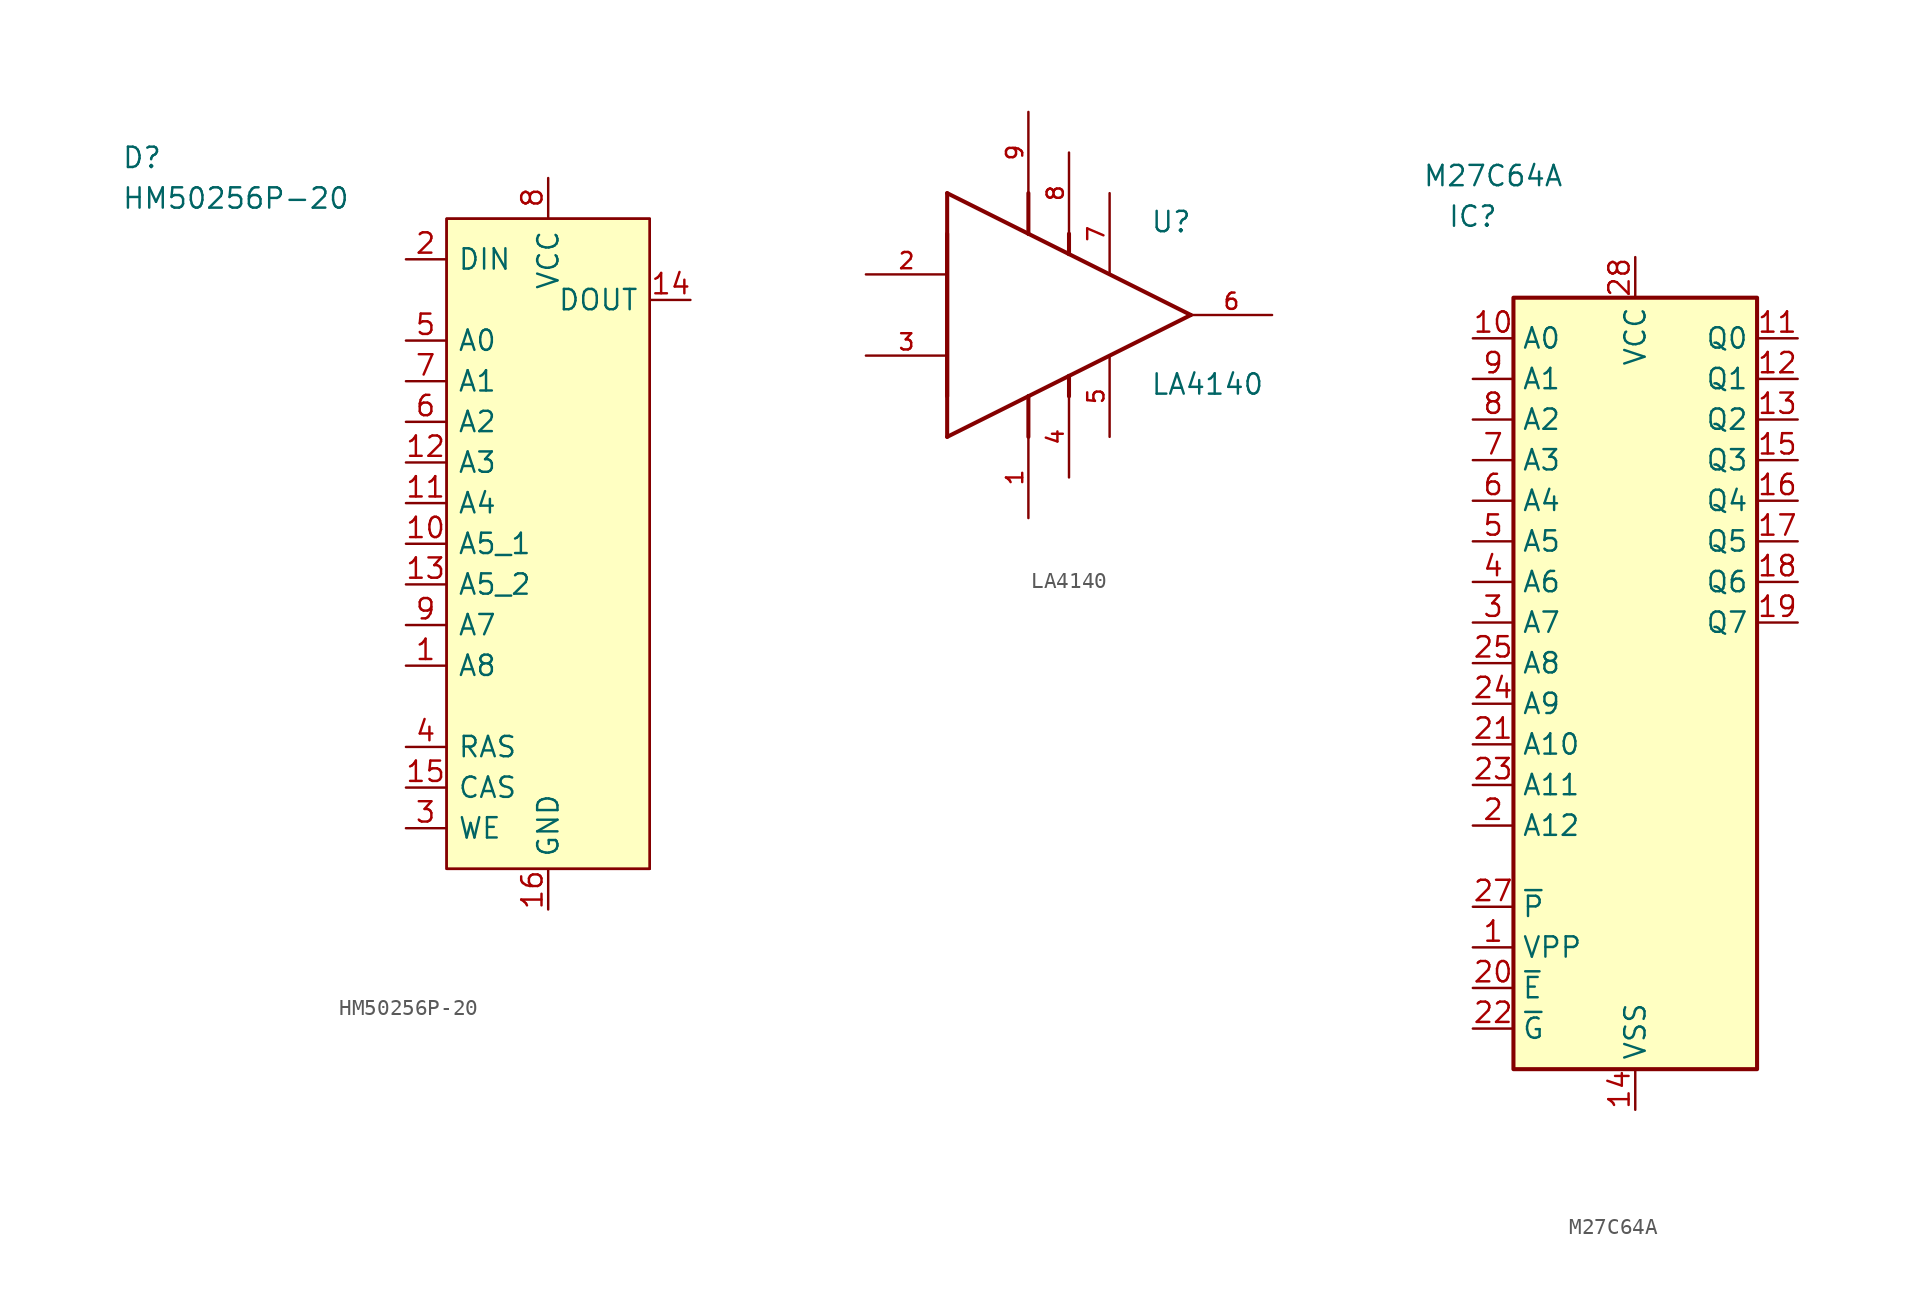
<source format=kicad_sym>
(kicad_symbol_lib
  (version 20211014)
  (generator kicad_symbol_editor)
  (symbol "HM50256P-20"
    (pin_names
      (offset 0.762))
    (property "Reference" "D"
      (at -17.78 6.35 0)
      (effects (font (size 1.27 1.27)) (justify left)))
    (property "Value" "HM50256P-20"
      (at -17.78 3.81 0)
      (effects (font (size 1.27 1.27)) (justify left)))
    (symbol "HM50256P-20_0_0"
      (pin input line (at 0 -25.4 0) (length 2.45) (name "A8" (effects (font (size 1.27 1.27)))) (number "1" (effects (font (size 1.27 1.27)))))
      (pin input line (at 0 -17.78 0) (length 2.45) (name "A5_1" (effects (font (size 1.27 1.27)))) (number "10" (effects (font (size 1.27 1.27)))))
      (pin input line (at 0 -15.24 0) (length 2.45) (name "A4" (effects (font (size 1.27 1.27)))) (number "11" (effects (font (size 1.27 1.27)))))
      (pin input line (at 0 -12.7 0) (length 2.45) (name "A3" (effects (font (size 1.27 1.27)))) (number "12" (effects (font (size 1.27 1.27)))))
      (pin input line (at 0 -20.32 0) (length 2.45) (name "A5_2" (effects (font (size 1.27 1.27)))) (number "13" (effects (font (size 1.27 1.27)))))
      (pin output line (at 17.78 -2.54 180) (length 2.45) (name "DOUT" (effects (font (size 1.27 1.27)))) (number "14" (effects (font (size 1.27 1.27)))))
      (pin input line (at 0 -33.02 0) (length 2.45) (name "CAS" (effects (font (size 1.27 1.27)))) (number "15" (effects (font (size 1.27 1.27)))))
      (pin power_in line (at 8.89 -40.64 90) (length 2.45) (name "GND" (effects (font (size 1.27 1.27)))) (number "16" (effects (font (size 1.27 1.27)))))
      (pin input line (at 0 0 0) (length 2.45) (name "DIN" (effects (font (size 1.27 1.27)))) (number "2" (effects (font (size 1.27 1.27)))))
      (pin input line (at 0 -35.56 0) (length 2.45) (name "WE" (effects (font (size 1.27 1.27)))) (number "3" (effects (font (size 1.27 1.27)))))
      (pin input line (at 0 -30.48 0) (length 2.45) (name "RAS" (effects (font (size 1.27 1.27)))) (number "4" (effects (font (size 1.27 1.27)))))
      (pin input line (at 0 -5.08 0) (length 2.45) (name "A0" (effects (font (size 1.27 1.27)))) (number "5" (effects (font (size 1.27 1.27)))))
      (pin input line (at 0 -10.16 0) (length 2.45) (name "A2" (effects (font (size 1.27 1.27)))) (number "6" (effects (font (size 1.27 1.27)))))
      (pin input line (at 0 -7.62 0) (length 2.45) (name "A1" (effects (font (size 1.27 1.27)))) (number "7" (effects (font (size 1.27 1.27)))))
      (pin power_in line (at 8.89 5.08 270) (length 2.45) (name "VCC" (effects (font (size 1.27 1.27)))) (number "8" (effects (font (size 1.27 1.27)))))
      (pin input line (at 0 -22.86 0) (length 2.45) (name "A7" (effects (font (size 1.27 1.27)))) (number "9" (effects (font (size 1.27 1.27))))))
    (symbol "HM50256P-20_0_1"
      (polyline (pts (xy 2.54 2.54) (xy 15.24 2.54) (xy 15.24 -38.1) (xy 2.54 -38.1) (xy 2.54 2.54)) (stroke (width 0.152) (type default) (color 0 0 0 0)) (fill (type none)))
      (rectangle (start 2.54 2.54) (end 15.24 -38.1) (stroke (width 0) (type default) (color 0 0 0 0)) (fill (type background)))))
  (symbol "LA4140"
    (pin_names
      (offset 1.016) hide)
    (property "Reference" "U"
      (at 7.62 5.08 0)
      (effects (font (size 1.27 1.27)) (justify left bottom)))
    (property "Value" "LA4140"
      (at 7.62 -5.08 0)
      (effects (font (size 1.27 1.27)) (justify left bottom)))
    (property "ki_locked" ""
      (at 0 0 0)
      (effects (font (size 1.27 1.27))))
    (symbol "LA4140_0_0"
      (polyline (pts (xy -5.08 -7.62) (xy 0 -5.08)) (stroke (width 0.254) (type default) (color 0 0 0 0)) (fill (type none)))
      (polyline (pts (xy -5.08 5.08) (xy -5.08 -5.08)) (stroke (width 0.254) (type default) (color 0 0 0 0)) (fill (type none)))
      (polyline (pts (xy -5.08 7.62) (xy -5.08 -7.62)) (stroke (width 0.254) (type default) (color 0 0 0 0)) (fill (type none)))
      (polyline (pts (xy 0 -7.62) (xy 0 -5.08)) (stroke (width 0.254) (type default) (color 0 0 0 0)) (fill (type none)))
      (polyline (pts (xy 0 -5.08) (xy 2.54 -3.81)) (stroke (width 0.254) (type default) (color 0 0 0 0)) (fill (type none)))
      (polyline (pts (xy 0 5.08) (xy -5.08 7.62)) (stroke (width 0.254) (type default) (color 0 0 0 0)) (fill (type none)))
      (polyline (pts (xy 0 7.62) (xy 0 5.08)) (stroke (width 0.254) (type default) (color 0 0 0 0)) (fill (type none)))
      (polyline (pts (xy 2.54 -5.08) (xy 2.54 -3.81)) (stroke (width 0.254) (type default) (color 0 0 0 0)) (fill (type none)))
      (polyline (pts (xy 2.54 -3.81) (xy 10.16 0)) (stroke (width 0.254) (type default) (color 0 0 0 0)) (fill (type none)))
      (polyline (pts (xy 2.54 3.81) (xy 0 5.08)) (stroke (width 0.254) (type default) (color 0 0 0 0)) (fill (type none)))
      (polyline (pts (xy 2.54 5.08) (xy 2.54 3.81)) (stroke (width 0.254) (type default) (color 0 0 0 0)) (fill (type none)))
      (polyline (pts (xy 10.16 0) (xy 2.54 3.81)) (stroke (width 0.254) (type default) (color 0 0 0 0)) (fill (type none)))
      (pin passive line (at 0 -12.7 90) (length 5.08) (name "~" (effects (font (size 1.016 1.016)))) (number "1" (effects (font (size 1.016 1.016)))))
      (pin input line (at -10.16 2.54 0) (length 5.08) (name "~" (effects (font (size 1.016 1.016)))) (number "2" (effects (font (size 1.016 1.016)))))
      (pin input line (at -10.16 -2.54 0) (length 5.08) (name "~" (effects (font (size 1.016 1.016)))) (number "3" (effects (font (size 1.016 1.016)))))
      (pin power_in line (at 2.54 -10.16 90) (length 5.08) (name "~" (effects (font (size 1.016 1.016)))) (number "4" (effects (font (size 1.016 1.016)))))
      (pin power_in line (at 5.08 -7.62 90) (length 5.08) (name "~" (effects (font (size 1.016 1.016)))) (number "5" (effects (font (size 1.016 1.016)))))
      (pin output line (at 15.24 0 180) (length 5.08) (name "~" (effects (font (size 1.016 1.016)))) (number "6" (effects (font (size 1.016 1.016)))))
      (pin power_in line (at 5.08 7.62 270) (length 5.08) (name "~" (effects (font (size 1.016 1.016)))) (number "7" (effects (font (size 1.016 1.016)))))
      (pin power_in line (at 2.54 10.16 270) (length 5.08) (name "~" (effects (font (size 1.016 1.016)))) (number "8" (effects (font (size 1.016 1.016)))))
      (pin passive line (at 0 12.7 270) (length 5.08) (name "~" (effects (font (size 1.016 1.016)))) (number "9" (effects (font (size 1.016 1.016)))))))
  (symbol "M27C64A"
    (property "Reference" "IC"
      (at 3.81 5.08 0)
      (effects (font (size 1.27 1.27))))
    (property "Value" "M27C64A"
      (at 5.08 7.62 0)
      (effects (font (size 1.27 1.27))))
    (symbol "M27C64A_1_1"
      (rectangle (start 6.35 0) (end 21.59 -48.26) (stroke (width 0.254) (type default) (color 0 0 0 0)) (fill (type background)))
      (pin input line (at 3.81 -40.64 0) (length 2.54) (name "VPP" (effects (font (size 1.27 1.27)))) (number "1" (effects (font (size 1.27 1.27)))))
      (pin input line (at 3.81 -2.54 0) (length 2.54) (name "A0" (effects (font (size 1.27 1.27)))) (number "10" (effects (font (size 1.27 1.27)))))
      (pin tri_state line (at 24.13 -2.54 180) (length 2.54) (name "Q0" (effects (font (size 1.27 1.27)))) (number "11" (effects (font (size 1.27 1.27)))))
      (pin tri_state line (at 24.13 -5.08 180) (length 2.54) (name "Q1" (effects (font (size 1.27 1.27)))) (number "12" (effects (font (size 1.27 1.27)))))
      (pin tri_state line (at 24.13 -7.62 180) (length 2.54) (name "Q2" (effects (font (size 1.27 1.27)))) (number "13" (effects (font (size 1.27 1.27)))))
      (pin power_in line (at 13.97 -50.8 90) (length 2.54) (name "VSS" (effects (font (size 1.27 1.27)))) (number "14" (effects (font (size 1.27 1.27)))))
      (pin tri_state line (at 24.13 -10.16 180) (length 2.54) (name "Q3" (effects (font (size 1.27 1.27)))) (number "15" (effects (font (size 1.27 1.27)))))
      (pin tri_state line (at 24.13 -12.7 180) (length 2.54) (name "Q4" (effects (font (size 1.27 1.27)))) (number "16" (effects (font (size 1.27 1.27)))))
      (pin tri_state line (at 24.13 -15.24 180) (length 2.54) (name "Q5" (effects (font (size 1.27 1.27)))) (number "17" (effects (font (size 1.27 1.27)))))
      (pin tri_state line (at 24.13 -17.78 180) (length 2.54) (name "Q6" (effects (font (size 1.27 1.27)))) (number "18" (effects (font (size 1.27 1.27)))))
      (pin tri_state line (at 24.13 -20.32 180) (length 2.54) (name "Q7" (effects (font (size 1.27 1.27)))) (number "19" (effects (font (size 1.27 1.27)))))
      (pin input line (at 3.81 -33.02 0) (length 2.54) (name "A12" (effects (font (size 1.27 1.27)))) (number "2" (effects (font (size 1.27 1.27)))))
      (pin input line (at 3.81 -43.18 0) (length 2.54) (name "~{E}" (effects (font (size 1.27 1.27)))) (number "20" (effects (font (size 1.27 1.27)))))
      (pin input line (at 3.81 -27.94 0) (length 2.54) (name "A10" (effects (font (size 1.27 1.27)))) (number "21" (effects (font (size 1.27 1.27)))))
      (pin input line (at 3.81 -45.72 0) (length 2.54) (name "~{G}" (effects (font (size 1.27 1.27)))) (number "22" (effects (font (size 1.27 1.27)))))
      (pin input line (at 3.81 -30.48 0) (length 2.54) (name "A11" (effects (font (size 1.27 1.27)))) (number "23" (effects (font (size 1.27 1.27)))))
      (pin input line (at 3.81 -25.4 0) (length 2.54) (name "A9" (effects (font (size 1.27 1.27)))) (number "24" (effects (font (size 1.27 1.27)))))
      (pin input line (at 3.81 -22.86 0) (length 2.54) (name "A8" (effects (font (size 1.27 1.27)))) (number "25" (effects (font (size 1.27 1.27)))))
      (pin no_connect line (at 21.59 -22.86 180) (length 2.54) hide (name "NC" (effects (font (size 1.27 1.27)))) (number "26" (effects (font (size 1.27 1.27)))))
      (pin input line (at 3.81 -38.1 0) (length 2.54) (name "~{P}" (effects (font (size 1.27 1.27)))) (number "27" (effects (font (size 1.27 1.27)))))
      (pin power_in line (at 13.97 2.54 270) (length 2.54) (name "VCC" (effects (font (size 1.27 1.27)))) (number "28" (effects (font (size 1.27 1.27)))))
      (pin input line (at 3.81 -20.32 0) (length 2.54) (name "A7" (effects (font (size 1.27 1.27)))) (number "3" (effects (font (size 1.27 1.27)))))
      (pin input line (at 3.81 -17.78 0) (length 2.54) (name "A6" (effects (font (size 1.27 1.27)))) (number "4" (effects (font (size 1.27 1.27)))))
      (pin input line (at 3.81 -15.24 0) (length 2.54) (name "A5" (effects (font (size 1.27 1.27)))) (number "5" (effects (font (size 1.27 1.27)))))
      (pin input line (at 3.81 -12.7 0) (length 2.54) (name "A4" (effects (font (size 1.27 1.27)))) (number "6" (effects (font (size 1.27 1.27)))))
      (pin input line (at 3.81 -10.16 0) (length 2.54) (name "A3" (effects (font (size 1.27 1.27)))) (number "7" (effects (font (size 1.27 1.27)))))
      (pin input line (at 3.81 -7.62 0) (length 2.54) (name "A2" (effects (font (size 1.27 1.27)))) (number "8" (effects (font (size 1.27 1.27)))))
      (pin input line (at 3.81 -5.08 0) (length 2.54) (name "A1" (effects (font (size 1.27 1.27)))) (number "9" (effects (font (size 1.27 1.27))))))))
</source>
